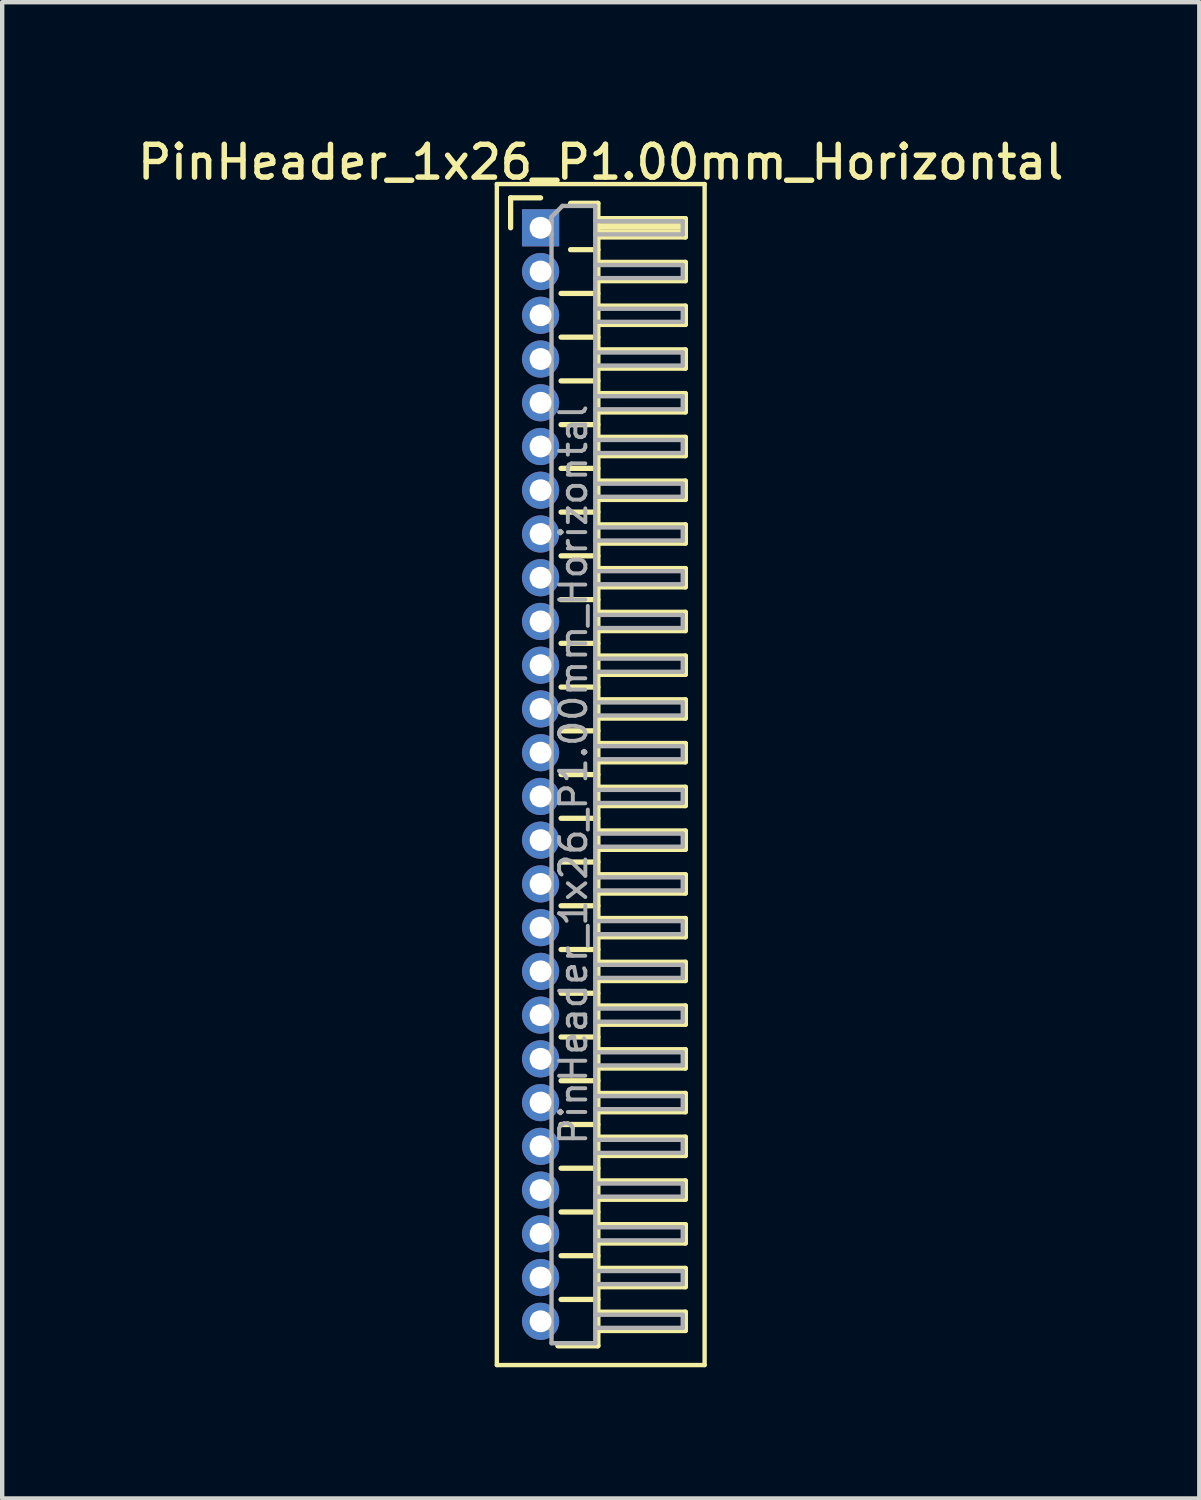
<source format=kicad_pcb>
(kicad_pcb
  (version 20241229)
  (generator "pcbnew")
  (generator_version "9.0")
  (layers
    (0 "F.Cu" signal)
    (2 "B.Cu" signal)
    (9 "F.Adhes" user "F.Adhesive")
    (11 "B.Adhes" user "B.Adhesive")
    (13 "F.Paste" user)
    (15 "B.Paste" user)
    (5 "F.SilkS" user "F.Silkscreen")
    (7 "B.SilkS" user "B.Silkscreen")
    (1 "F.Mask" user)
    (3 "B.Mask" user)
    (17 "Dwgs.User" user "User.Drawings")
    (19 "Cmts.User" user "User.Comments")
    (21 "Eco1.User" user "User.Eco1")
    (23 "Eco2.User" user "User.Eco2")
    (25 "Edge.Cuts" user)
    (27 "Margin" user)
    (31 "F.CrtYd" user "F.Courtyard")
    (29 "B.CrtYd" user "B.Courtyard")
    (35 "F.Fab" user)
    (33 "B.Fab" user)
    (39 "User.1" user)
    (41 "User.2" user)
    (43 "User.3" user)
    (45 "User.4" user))
  (footprint "PinHeader_1x26_P1.00mm_Horizontal"
    (layer "F.Cu")
    (at 9.309 2.158)
    (property "Reference" "PinHeader_1x26_P1.00mm_Horizontal" (at 1.375 -1.5 0) (layer "F.SilkS") (effects (font (size 0.75 0.75) (thickness 0.125))))
    (attr through_hole)
    (fp_line (start -1 -1) (end -1 26) (stroke (width 0.1) (type solid)) (layer "F.SilkS"))
    (fp_line (start -1 26) (end 3.75 26) (stroke (width 0.1) (type solid)) (layer "F.SilkS"))
    (fp_line (start -0.685 -0.685) (end 0 -0.685) (stroke (width 0.12) (type solid)) (layer "F.SilkS"))
    (fp_line (start -0.685 0) (end -0.685 -0.685) (stroke (width 0.12) (type solid)) (layer "F.SilkS"))
    (fp_line (start 0.468 1.5) (end 1.31 1.5) (stroke (width 0.12) (type solid)) (layer "F.SilkS"))
    (fp_line (start 0.468 2.5) (end 1.31 2.5) (stroke (width 0.12) (type solid)) (layer "F.SilkS"))
    (fp_line (start 0.468 3.5) (end 1.31 3.5) (stroke (width 0.12) (type solid)) (layer "F.SilkS"))
    (fp_line (start 0.468 4.5) (end 1.31 4.5) (stroke (width 0.12) (type solid)) (layer "F.SilkS"))
    (fp_line (start 0.468 5.5) (end 1.31 5.5) (stroke (width 0.12) (type solid)) (layer "F.SilkS"))
    (fp_line (start 0.468 6.5) (end 1.31 6.5) (stroke (width 0.12) (type solid)) (layer "F.SilkS"))
    (fp_line (start 0.468 7.5) (end 1.31 7.5) (stroke (width 0.12) (type solid)) (layer "F.SilkS"))
    (fp_line (start 0.468 8.5) (end 1.31 8.5) (stroke (width 0.12) (type solid)) (layer "F.SilkS"))
    (fp_line (start 0.468 9.5) (end 1.31 9.5) (stroke (width 0.12) (type solid)) (layer "F.SilkS"))
    (fp_line (start 0.468 10.5) (end 1.31 10.5) (stroke (width 0.12) (type solid)) (layer "F.SilkS"))
    (fp_line (start 0.468 11.5) (end 1.31 11.5) (stroke (width 0.12) (type solid)) (layer "F.SilkS"))
    (fp_line (start 0.468 12.5) (end 1.31 12.5) (stroke (width 0.12) (type solid)) (layer "F.SilkS"))
    (fp_line (start 0.468 13.5) (end 1.31 13.5) (stroke (width 0.12) (type solid)) (layer "F.SilkS"))
    (fp_line (start 0.468 14.5) (end 1.31 14.5) (stroke (width 0.12) (type solid)) (layer "F.SilkS"))
    (fp_line (start 0.468 15.5) (end 1.31 15.5) (stroke (width 0.12) (type solid)) (layer "F.SilkS"))
    (fp_line (start 0.468 16.5) (end 1.31 16.5) (stroke (width 0.12) (type solid)) (layer "F.SilkS"))
    (fp_line (start 0.468 17.5) (end 1.31 17.5) (stroke (width 0.12) (type solid)) (layer "F.SilkS"))
    (fp_line (start 0.468 18.5) (end 1.31 18.5) (stroke (width 0.12) (type solid)) (layer "F.SilkS"))
    (fp_line (start 0.468 19.5) (end 1.31 19.5) (stroke (width 0.12) (type solid)) (layer "F.SilkS"))
    (fp_line (start 0.468 20.5) (end 1.31 20.5) (stroke (width 0.12) (type solid)) (layer "F.SilkS"))
    (fp_line (start 0.468 21.5) (end 1.31 21.5) (stroke (width 0.12) (type solid)) (layer "F.SilkS"))
    (fp_line (start 0.468 22.5) (end 1.31 22.5) (stroke (width 0.12) (type solid)) (layer "F.SilkS"))
    (fp_line (start 0.468 23.5) (end 1.31 23.5) (stroke (width 0.12) (type solid)) (layer "F.SilkS"))
    (fp_line (start 0.468 24.5) (end 1.31 24.5) (stroke (width 0.12) (type solid)) (layer "F.SilkS"))
    (fp_line (start 0.685 -0.56) (end 1.31 -0.56) (stroke (width 0.12) (type solid)) (layer "F.SilkS"))
    (fp_line (start 0.685 0.5) (end 1.31 0.5) (stroke (width 0.12) (type solid)) (layer "F.SilkS"))
    (fp_line (start 1.31 -0.56) (end 1.31 25.56) (stroke (width 0.12) (type solid)) (layer "F.SilkS"))
    (fp_line (start 1.31 -0.21) (end 3.31 -0.21) (stroke (width 0.12) (type solid)) (layer "F.SilkS"))
    (fp_line (start 1.31 -0.15) (end 3.31 -0.15) (stroke (width 0.12) (type solid)) (layer "F.SilkS"))
    (fp_line (start 1.31 -0.03) (end 3.31 -0.03) (stroke (width 0.12) (type solid)) (layer "F.SilkS"))
    (fp_line (start 1.31 0.09) (end 3.31 0.09) (stroke (width 0.12) (type solid)) (layer "F.SilkS"))
    (fp_line (start 1.31 0.79) (end 3.31 0.79) (stroke (width 0.12) (type solid)) (layer "F.SilkS"))
    (fp_line (start 1.31 1.79) (end 3.31 1.79) (stroke (width 0.12) (type solid)) (layer "F.SilkS"))
    (fp_line (start 1.31 2.79) (end 3.31 2.79) (stroke (width 0.12) (type solid)) (layer "F.SilkS"))
    (fp_line (start 1.31 3.79) (end 3.31 3.79) (stroke (width 0.12) (type solid)) (layer "F.SilkS"))
    (fp_line (start 1.31 4.79) (end 3.31 4.79) (stroke (width 0.12) (type solid)) (layer "F.SilkS"))
    (fp_line (start 1.31 5.79) (end 3.31 5.79) (stroke (width 0.12) (type solid)) (layer "F.SilkS"))
    (fp_line (start 1.31 6.79) (end 3.31 6.79) (stroke (width 0.12) (type solid)) (layer "F.SilkS"))
    (fp_line (start 1.31 7.79) (end 3.31 7.79) (stroke (width 0.12) (type solid)) (layer "F.SilkS"))
    (fp_line (start 1.31 8.79) (end 3.31 8.79) (stroke (width 0.12) (type solid)) (layer "F.SilkS"))
    (fp_line (start 1.31 9.79) (end 3.31 9.79) (stroke (width 0.12) (type solid)) (layer "F.SilkS"))
    (fp_line (start 1.31 10.79) (end 3.31 10.79) (stroke (width 0.12) (type solid)) (layer "F.SilkS"))
    (fp_line (start 1.31 11.79) (end 3.31 11.79) (stroke (width 0.12) (type solid)) (layer "F.SilkS"))
    (fp_line (start 1.31 12.79) (end 3.31 12.79) (stroke (width 0.12) (type solid)) (layer "F.SilkS"))
    (fp_line (start 1.31 13.79) (end 3.31 13.79) (stroke (width 0.12) (type solid)) (layer "F.SilkS"))
    (fp_line (start 1.31 14.79) (end 3.31 14.79) (stroke (width 0.12) (type solid)) (layer "F.SilkS"))
    (fp_line (start 1.31 15.79) (end 3.31 15.79) (stroke (width 0.12) (type solid)) (layer "F.SilkS"))
    (fp_line (start 1.31 16.79) (end 3.31 16.79) (stroke (width 0.12) (type solid)) (layer "F.SilkS"))
    (fp_line (start 1.31 17.79) (end 3.31 17.79) (stroke (width 0.12) (type solid)) (layer "F.SilkS"))
    (fp_line (start 1.31 18.79) (end 3.31 18.79) (stroke (width 0.12) (type solid)) (layer "F.SilkS"))
    (fp_line (start 1.31 19.79) (end 3.31 19.79) (stroke (width 0.12) (type solid)) (layer "F.SilkS"))
    (fp_line (start 1.31 20.79) (end 3.31 20.79) (stroke (width 0.12) (type solid)) (layer "F.SilkS"))
    (fp_line (start 1.31 21.79) (end 3.31 21.79) (stroke (width 0.12) (type solid)) (layer "F.SilkS"))
    (fp_line (start 1.31 22.79) (end 3.31 22.79) (stroke (width 0.12) (type solid)) (layer "F.SilkS"))
    (fp_line (start 1.31 23.79) (end 3.31 23.79) (stroke (width 0.12) (type solid)) (layer "F.SilkS"))
    (fp_line (start 1.31 24.79) (end 3.31 24.79) (stroke (width 0.12) (type solid)) (layer "F.SilkS"))
    (fp_line (start 1.31 25.56) (end 0.394 25.56) (stroke (width 0.12) (type solid)) (layer "F.SilkS"))
    (fp_line (start 3.31 -0.21) (end 3.31 0.21) (stroke (width 0.12) (type solid)) (layer "F.SilkS"))
    (fp_line (start 3.31 0.21) (end 1.31 0.21) (stroke (width 0.12) (type solid)) (layer "F.SilkS"))
    (fp_line (start 3.31 0.79) (end 3.31 1.21) (stroke (width 0.12) (type solid)) (layer "F.SilkS"))
    (fp_line (start 3.31 1.21) (end 1.31 1.21) (stroke (width 0.12) (type solid)) (layer "F.SilkS"))
    (fp_line (start 3.31 1.79) (end 3.31 2.21) (stroke (width 0.12) (type solid)) (layer "F.SilkS"))
    (fp_line (start 3.31 2.21) (end 1.31 2.21) (stroke (width 0.12) (type solid)) (layer "F.SilkS"))
    (fp_line (start 3.31 2.79) (end 3.31 3.21) (stroke (width 0.12) (type solid)) (layer "F.SilkS"))
    (fp_line (start 3.31 3.21) (end 1.31 3.21) (stroke (width 0.12) (type solid)) (layer "F.SilkS"))
    (fp_line (start 3.31 3.79) (end 3.31 4.21) (stroke (width 0.12) (type solid)) (layer "F.SilkS"))
    (fp_line (start 3.31 4.21) (end 1.31 4.21) (stroke (width 0.12) (type solid)) (layer "F.SilkS"))
    (fp_line (start 3.31 4.79) (end 3.31 5.21) (stroke (width 0.12) (type solid)) (layer "F.SilkS"))
    (fp_line (start 3.31 5.21) (end 1.31 5.21) (stroke (width 0.12) (type solid)) (layer "F.SilkS"))
    (fp_line (start 3.31 5.79) (end 3.31 6.21) (stroke (width 0.12) (type solid)) (layer "F.SilkS"))
    (fp_line (start 3.31 6.21) (end 1.31 6.21) (stroke (width 0.12) (type solid)) (layer "F.SilkS"))
    (fp_line (start 3.31 6.79) (end 3.31 7.21) (stroke (width 0.12) (type solid)) (layer "F.SilkS"))
    (fp_line (start 3.31 7.21) (end 1.31 7.21) (stroke (width 0.12) (type solid)) (layer "F.SilkS"))
    (fp_line (start 3.31 7.79) (end 3.31 8.21) (stroke (width 0.12) (type solid)) (layer "F.SilkS"))
    (fp_line (start 3.31 8.21) (end 1.31 8.21) (stroke (width 0.12) (type solid)) (layer "F.SilkS"))
    (fp_line (start 3.31 8.79) (end 3.31 9.21) (stroke (width 0.12) (type solid)) (layer "F.SilkS"))
    (fp_line (start 3.31 9.21) (end 1.31 9.21) (stroke (width 0.12) (type solid)) (layer "F.SilkS"))
    (fp_line (start 3.31 9.79) (end 3.31 10.21) (stroke (width 0.12) (type solid)) (layer "F.SilkS"))
    (fp_line (start 3.31 10.21) (end 1.31 10.21) (stroke (width 0.12) (type solid)) (layer "F.SilkS"))
    (fp_line (start 3.31 10.79) (end 3.31 11.21) (stroke (width 0.12) (type solid)) (layer "F.SilkS"))
    (fp_line (start 3.31 11.21) (end 1.31 11.21) (stroke (width 0.12) (type solid)) (layer "F.SilkS"))
    (fp_line (start 3.31 11.79) (end 3.31 12.21) (stroke (width 0.12) (type solid)) (layer "F.SilkS"))
    (fp_line (start 3.31 12.21) (end 1.31 12.21) (stroke (width 0.12) (type solid)) (layer "F.SilkS"))
    (fp_line (start 3.31 12.79) (end 3.31 13.21) (stroke (width 0.12) (type solid)) (layer "F.SilkS"))
    (fp_line (start 3.31 13.21) (end 1.31 13.21) (stroke (width 0.12) (type solid)) (layer "F.SilkS"))
    (fp_line (start 3.31 13.79) (end 3.31 14.21) (stroke (width 0.12) (type solid)) (layer "F.SilkS"))
    (fp_line (start 3.31 14.21) (end 1.31 14.21) (stroke (width 0.12) (type solid)) (layer "F.SilkS"))
    (fp_line (start 3.31 14.79) (end 3.31 15.21) (stroke (width 0.12) (type solid)) (layer "F.SilkS"))
    (fp_line (start 3.31 15.21) (end 1.31 15.21) (stroke (width 0.12) (type solid)) (layer "F.SilkS"))
    (fp_line (start 3.31 15.79) (end 3.31 16.21) (stroke (width 0.12) (type solid)) (layer "F.SilkS"))
    (fp_line (start 3.31 16.21) (end 1.31 16.21) (stroke (width 0.12) (type solid)) (layer "F.SilkS"))
    (fp_line (start 3.31 16.79) (end 3.31 17.21) (stroke (width 0.12) (type solid)) (layer "F.SilkS"))
    (fp_line (start 3.31 17.21) (end 1.31 17.21) (stroke (width 0.12) (type solid)) (layer "F.SilkS"))
    (fp_line (start 3.31 17.79) (end 3.31 18.21) (stroke (width 0.12) (type solid)) (layer "F.SilkS"))
    (fp_line (start 3.31 18.21) (end 1.31 18.21) (stroke (width 0.12) (type solid)) (layer "F.SilkS"))
    (fp_line (start 3.31 18.79) (end 3.31 19.21) (stroke (width 0.12) (type solid)) (layer "F.SilkS"))
    (fp_line (start 3.31 19.21) (end 1.31 19.21) (stroke (width 0.12) (type solid)) (layer "F.SilkS"))
    (fp_line (start 3.31 19.79) (end 3.31 20.21) (stroke (width 0.12) (type solid)) (layer "F.SilkS"))
    (fp_line (start 3.31 20.21) (end 1.31 20.21) (stroke (width 0.12) (type solid)) (layer "F.SilkS"))
    (fp_line (start 3.31 20.79) (end 3.31 21.21) (stroke (width 0.12) (type solid)) (layer "F.SilkS"))
    (fp_line (start 3.31 21.21) (end 1.31 21.21) (stroke (width 0.12) (type solid)) (layer "F.SilkS"))
    (fp_line (start 3.31 21.79) (end 3.31 22.21) (stroke (width 0.12) (type solid)) (layer "F.SilkS"))
    (fp_line (start 3.31 22.21) (end 1.31 22.21) (stroke (width 0.12) (type solid)) (layer "F.SilkS"))
    (fp_line (start 3.31 22.79) (end 3.31 23.21) (stroke (width 0.12) (type solid)) (layer "F.SilkS"))
    (fp_line (start 3.31 23.21) (end 1.31 23.21) (stroke (width 0.12) (type solid)) (layer "F.SilkS"))
    (fp_line (start 3.31 23.79) (end 3.31 24.21) (stroke (width 0.12) (type solid)) (layer "F.SilkS"))
    (fp_line (start 3.31 24.21) (end 1.31 24.21) (stroke (width 0.12) (type solid)) (layer "F.SilkS"))
    (fp_line (start 3.31 24.79) (end 3.31 25.21) (stroke (width 0.12) (type solid)) (layer "F.SilkS"))
    (fp_line (start 3.31 25.21) (end 1.31 25.21) (stroke (width 0.12) (type solid)) (layer "F.SilkS"))
    (fp_line (start 3.75 -1) (end -1 -1) (stroke (width 0.1) (type solid)) (layer "F.SilkS"))
    (fp_line (start 3.75 26) (end 3.75 -1) (stroke (width 0.1) (type solid)) (layer "F.SilkS"))
    (fp_line (start -0.15 -0.15) (end -0.15 0.15) (stroke (width 0.1) (type solid)) (layer "F.Fab"))
    (fp_line (start -0.15 -0.15) (end 0.25 -0.15) (stroke (width 0.1) (type solid)) (layer "F.Fab"))
    (fp_line (start -0.15 0.15) (end 0.25 0.15) (stroke (width 0.1) (type solid)) (layer "F.Fab"))
    (fp_line (start -0.15 0.85) (end -0.15 1.15) (stroke (width 0.1) (type solid)) (layer "F.Fab"))
    (fp_line (start -0.15 0.85) (end 0.25 0.85) (stroke (width 0.1) (type solid)) (layer "F.Fab"))
    (fp_line (start -0.15 1.15) (end 0.25 1.15) (stroke (width 0.1) (type solid)) (layer "F.Fab"))
    (fp_line (start -0.15 1.85) (end -0.15 2.15) (stroke (width 0.1) (type solid)) (layer "F.Fab"))
    (fp_line (start -0.15 1.85) (end 0.25 1.85) (stroke (width 0.1) (type solid)) (layer "F.Fab"))
    (fp_line (start -0.15 2.15) (end 0.25 2.15) (stroke (width 0.1) (type solid)) (layer "F.Fab"))
    (fp_line (start -0.15 2.85) (end -0.15 3.15) (stroke (width 0.1) (type solid)) (layer "F.Fab"))
    (fp_line (start -0.15 2.85) (end 0.25 2.85) (stroke (width 0.1) (type solid)) (layer "F.Fab"))
    (fp_line (start -0.15 3.15) (end 0.25 3.15) (stroke (width 0.1) (type solid)) (layer "F.Fab"))
    (fp_line (start -0.15 3.85) (end -0.15 4.15) (stroke (width 0.1) (type solid)) (layer "F.Fab"))
    (fp_line (start -0.15 3.85) (end 0.25 3.85) (stroke (width 0.1) (type solid)) (layer "F.Fab"))
    (fp_line (start -0.15 4.15) (end 0.25 4.15) (stroke (width 0.1) (type solid)) (layer "F.Fab"))
    (fp_line (start -0.15 4.85) (end -0.15 5.15) (stroke (width 0.1) (type solid)) (layer "F.Fab"))
    (fp_line (start -0.15 4.85) (end 0.25 4.85) (stroke (width 0.1) (type solid)) (layer "F.Fab"))
    (fp_line (start -0.15 5.15) (end 0.25 5.15) (stroke (width 0.1) (type solid)) (layer "F.Fab"))
    (fp_line (start -0.15 5.85) (end -0.15 6.15) (stroke (width 0.1) (type solid)) (layer "F.Fab"))
    (fp_line (start -0.15 5.85) (end 0.25 5.85) (stroke (width 0.1) (type solid)) (layer "F.Fab"))
    (fp_line (start -0.15 6.15) (end 0.25 6.15) (stroke (width 0.1) (type solid)) (layer "F.Fab"))
    (fp_line (start -0.15 6.85) (end -0.15 7.15) (stroke (width 0.1) (type solid)) (layer "F.Fab"))
    (fp_line (start -0.15 6.85) (end 0.25 6.85) (stroke (width 0.1) (type solid)) (layer "F.Fab"))
    (fp_line (start -0.15 7.15) (end 0.25 7.15) (stroke (width 0.1) (type solid)) (layer "F.Fab"))
    (fp_line (start -0.15 7.85) (end -0.15 8.15) (stroke (width 0.1) (type solid)) (layer "F.Fab"))
    (fp_line (start -0.15 7.85) (end 0.25 7.85) (stroke (width 0.1) (type solid)) (layer "F.Fab"))
    (fp_line (start -0.15 8.15) (end 0.25 8.15) (stroke (width 0.1) (type solid)) (layer "F.Fab"))
    (fp_line (start -0.15 8.85) (end -0.15 9.15) (stroke (width 0.1) (type solid)) (layer "F.Fab"))
    (fp_line (start -0.15 8.85) (end 0.25 8.85) (stroke (width 0.1) (type solid)) (layer "F.Fab"))
    (fp_line (start -0.15 9.15) (end 0.25 9.15) (stroke (width 0.1) (type solid)) (layer "F.Fab"))
    (fp_line (start -0.15 9.85) (end -0.15 10.15) (stroke (width 0.1) (type solid)) (layer "F.Fab"))
    (fp_line (start -0.15 9.85) (end 0.25 9.85) (stroke (width 0.1) (type solid)) (layer "F.Fab"))
    (fp_line (start -0.15 10.15) (end 0.25 10.15) (stroke (width 0.1) (type solid)) (layer "F.Fab"))
    (fp_line (start -0.15 10.85) (end -0.15 11.15) (stroke (width 0.1) (type solid)) (layer "F.Fab"))
    (fp_line (start -0.15 10.85) (end 0.25 10.85) (stroke (width 0.1) (type solid)) (layer "F.Fab"))
    (fp_line (start -0.15 11.15) (end 0.25 11.15) (stroke (width 0.1) (type solid)) (layer "F.Fab"))
    (fp_line (start -0.15 11.85) (end -0.15 12.15) (stroke (width 0.1) (type solid)) (layer "F.Fab"))
    (fp_line (start -0.15 11.85) (end 0.25 11.85) (stroke (width 0.1) (type solid)) (layer "F.Fab"))
    (fp_line (start -0.15 12.15) (end 0.25 12.15) (stroke (width 0.1) (type solid)) (layer "F.Fab"))
    (fp_line (start -0.15 12.85) (end -0.15 13.15) (stroke (width 0.1) (type solid)) (layer "F.Fab"))
    (fp_line (start -0.15 12.85) (end 0.25 12.85) (stroke (width 0.1) (type solid)) (layer "F.Fab"))
    (fp_line (start -0.15 13.15) (end 0.25 13.15) (stroke (width 0.1) (type solid)) (layer "F.Fab"))
    (fp_line (start -0.15 13.85) (end -0.15 14.15) (stroke (width 0.1) (type solid)) (layer "F.Fab"))
    (fp_line (start -0.15 13.85) (end 0.25 13.85) (stroke (width 0.1) (type solid)) (layer "F.Fab"))
    (fp_line (start -0.15 14.15) (end 0.25 14.15) (stroke (width 0.1) (type solid)) (layer "F.Fab"))
    (fp_line (start -0.15 14.85) (end -0.15 15.15) (stroke (width 0.1) (type solid)) (layer "F.Fab"))
    (fp_line (start -0.15 14.85) (end 0.25 14.85) (stroke (width 0.1) (type solid)) (layer "F.Fab"))
    (fp_line (start -0.15 15.15) (end 0.25 15.15) (stroke (width 0.1) (type solid)) (layer "F.Fab"))
    (fp_line (start -0.15 15.85) (end -0.15 16.15) (stroke (width 0.1) (type solid)) (layer "F.Fab"))
    (fp_line (start -0.15 15.85) (end 0.25 15.85) (stroke (width 0.1) (type solid)) (layer "F.Fab"))
    (fp_line (start -0.15 16.15) (end 0.25 16.15) (stroke (width 0.1) (type solid)) (layer "F.Fab"))
    (fp_line (start -0.15 16.85) (end -0.15 17.15) (stroke (width 0.1) (type solid)) (layer "F.Fab"))
    (fp_line (start -0.15 16.85) (end 0.25 16.85) (stroke (width 0.1) (type solid)) (layer "F.Fab"))
    (fp_line (start -0.15 17.15) (end 0.25 17.15) (stroke (width 0.1) (type solid)) (layer "F.Fab"))
    (fp_line (start -0.15 17.85) (end -0.15 18.15) (stroke (width 0.1) (type solid)) (layer "F.Fab"))
    (fp_line (start -0.15 17.85) (end 0.25 17.85) (stroke (width 0.1) (type solid)) (layer "F.Fab"))
    (fp_line (start -0.15 18.15) (end 0.25 18.15) (stroke (width 0.1) (type solid)) (layer "F.Fab"))
    (fp_line (start -0.15 18.85) (end -0.15 19.15) (stroke (width 0.1) (type solid)) (layer "F.Fab"))
    (fp_line (start -0.15 18.85) (end 0.25 18.85) (stroke (width 0.1) (type solid)) (layer "F.Fab"))
    (fp_line (start -0.15 19.15) (end 0.25 19.15) (stroke (width 0.1) (type solid)) (layer "F.Fab"))
    (fp_line (start -0.15 19.85) (end -0.15 20.15) (stroke (width 0.1) (type solid)) (layer "F.Fab"))
    (fp_line (start -0.15 19.85) (end 0.25 19.85) (stroke (width 0.1) (type solid)) (layer "F.Fab"))
    (fp_line (start -0.15 20.15) (end 0.25 20.15) (stroke (width 0.1) (type solid)) (layer "F.Fab"))
    (fp_line (start -0.15 20.85) (end -0.15 21.15) (stroke (width 0.1) (type solid)) (layer "F.Fab"))
    (fp_line (start -0.15 20.85) (end 0.25 20.85) (stroke (width 0.1) (type solid)) (layer "F.Fab"))
    (fp_line (start -0.15 21.15) (end 0.25 21.15) (stroke (width 0.1) (type solid)) (layer "F.Fab"))
    (fp_line (start -0.15 21.85) (end -0.15 22.15) (stroke (width 0.1) (type solid)) (layer "F.Fab"))
    (fp_line (start -0.15 21.85) (end 0.25 21.85) (stroke (width 0.1) (type solid)) (layer "F.Fab"))
    (fp_line (start -0.15 22.15) (end 0.25 22.15) (stroke (width 0.1) (type solid)) (layer "F.Fab"))
    (fp_line (start -0.15 22.85) (end -0.15 23.15) (stroke (width 0.1) (type solid)) (layer "F.Fab"))
    (fp_line (start -0.15 22.85) (end 0.25 22.85) (stroke (width 0.1) (type solid)) (layer "F.Fab"))
    (fp_line (start -0.15 23.15) (end 0.25 23.15) (stroke (width 0.1) (type solid)) (layer "F.Fab"))
    (fp_line (start -0.15 23.85) (end -0.15 24.15) (stroke (width 0.1) (type solid)) (layer "F.Fab"))
    (fp_line (start -0.15 23.85) (end 0.25 23.85) (stroke (width 0.1) (type solid)) (layer "F.Fab"))
    (fp_line (start -0.15 24.15) (end 0.25 24.15) (stroke (width 0.1) (type solid)) (layer "F.Fab"))
    (fp_line (start -0.15 24.85) (end -0.15 25.15) (stroke (width 0.1) (type solid)) (layer "F.Fab"))
    (fp_line (start -0.15 24.85) (end 0.25 24.85) (stroke (width 0.1) (type solid)) (layer "F.Fab"))
    (fp_line (start -0.15 25.15) (end 0.25 25.15) (stroke (width 0.1) (type solid)) (layer "F.Fab"))
    (fp_line (start 0.25 -0.25) (end 0.5 -0.5) (stroke (width 0.1) (type solid)) (layer "F.Fab"))
    (fp_line (start 0.25 25.5) (end 0.25 -0.25) (stroke (width 0.1) (type solid)) (layer "F.Fab"))
    (fp_line (start 0.5 -0.5) (end 1.25 -0.5) (stroke (width 0.1) (type solid)) (layer "F.Fab"))
    (fp_line (start 1.25 -0.5) (end 1.25 25.5) (stroke (width 0.1) (type solid)) (layer "F.Fab"))
    (fp_line (start 1.25 -0.15) (end 3.25 -0.15) (stroke (width 0.1) (type solid)) (layer "F.Fab"))
    (fp_line (start 1.25 0.15) (end 3.25 0.15) (stroke (width 0.1) (type solid)) (layer "F.Fab"))
    (fp_line (start 1.25 0.85) (end 3.25 0.85) (stroke (width 0.1) (type solid)) (layer "F.Fab"))
    (fp_line (start 1.25 1.15) (end 3.25 1.15) (stroke (width 0.1) (type solid)) (layer "F.Fab"))
    (fp_line (start 1.25 1.85) (end 3.25 1.85) (stroke (width 0.1) (type solid)) (layer "F.Fab"))
    (fp_line (start 1.25 2.15) (end 3.25 2.15) (stroke (width 0.1) (type solid)) (layer "F.Fab"))
    (fp_line (start 1.25 2.85) (end 3.25 2.85) (stroke (width 0.1) (type solid)) (layer "F.Fab"))
    (fp_line (start 1.25 3.15) (end 3.25 3.15) (stroke (width 0.1) (type solid)) (layer "F.Fab"))
    (fp_line (start 1.25 3.85) (end 3.25 3.85) (stroke (width 0.1) (type solid)) (layer "F.Fab"))
    (fp_line (start 1.25 4.15) (end 3.25 4.15) (stroke (width 0.1) (type solid)) (layer "F.Fab"))
    (fp_line (start 1.25 4.85) (end 3.25 4.85) (stroke (width 0.1) (type solid)) (layer "F.Fab"))
    (fp_line (start 1.25 5.15) (end 3.25 5.15) (stroke (width 0.1) (type solid)) (layer "F.Fab"))
    (fp_line (start 1.25 5.85) (end 3.25 5.85) (stroke (width 0.1) (type solid)) (layer "F.Fab"))
    (fp_line (start 1.25 6.15) (end 3.25 6.15) (stroke (width 0.1) (type solid)) (layer "F.Fab"))
    (fp_line (start 1.25 6.85) (end 3.25 6.85) (stroke (width 0.1) (type solid)) (layer "F.Fab"))
    (fp_line (start 1.25 7.15) (end 3.25 7.15) (stroke (width 0.1) (type solid)) (layer "F.Fab"))
    (fp_line (start 1.25 7.85) (end 3.25 7.85) (stroke (width 0.1) (type solid)) (layer "F.Fab"))
    (fp_line (start 1.25 8.15) (end 3.25 8.15) (stroke (width 0.1) (type solid)) (layer "F.Fab"))
    (fp_line (start 1.25 8.85) (end 3.25 8.85) (stroke (width 0.1) (type solid)) (layer "F.Fab"))
    (fp_line (start 1.25 9.15) (end 3.25 9.15) (stroke (width 0.1) (type solid)) (layer "F.Fab"))
    (fp_line (start 1.25 9.85) (end 3.25 9.85) (stroke (width 0.1) (type solid)) (layer "F.Fab"))
    (fp_line (start 1.25 10.15) (end 3.25 10.15) (stroke (width 0.1) (type solid)) (layer "F.Fab"))
    (fp_line (start 1.25 10.85) (end 3.25 10.85) (stroke (width 0.1) (type solid)) (layer "F.Fab"))
    (fp_line (start 1.25 11.15) (end 3.25 11.15) (stroke (width 0.1) (type solid)) (layer "F.Fab"))
    (fp_line (start 1.25 11.85) (end 3.25 11.85) (stroke (width 0.1) (type solid)) (layer "F.Fab"))
    (fp_line (start 1.25 12.15) (end 3.25 12.15) (stroke (width 0.1) (type solid)) (layer "F.Fab"))
    (fp_line (start 1.25 12.85) (end 3.25 12.85) (stroke (width 0.1) (type solid)) (layer "F.Fab"))
    (fp_line (start 1.25 13.15) (end 3.25 13.15) (stroke (width 0.1) (type solid)) (layer "F.Fab"))
    (fp_line (start 1.25 13.85) (end 3.25 13.85) (stroke (width 0.1) (type solid)) (layer "F.Fab"))
    (fp_line (start 1.25 14.15) (end 3.25 14.15) (stroke (width 0.1) (type solid)) (layer "F.Fab"))
    (fp_line (start 1.25 14.85) (end 3.25 14.85) (stroke (width 0.1) (type solid)) (layer "F.Fab"))
    (fp_line (start 1.25 15.15) (end 3.25 15.15) (stroke (width 0.1) (type solid)) (layer "F.Fab"))
    (fp_line (start 1.25 15.85) (end 3.25 15.85) (stroke (width 0.1) (type solid)) (layer "F.Fab"))
    (fp_line (start 1.25 16.15) (end 3.25 16.15) (stroke (width 0.1) (type solid)) (layer "F.Fab"))
    (fp_line (start 1.25 16.85) (end 3.25 16.85) (stroke (width 0.1) (type solid)) (layer "F.Fab"))
    (fp_line (start 1.25 17.15) (end 3.25 17.15) (stroke (width 0.1) (type solid)) (layer "F.Fab"))
    (fp_line (start 1.25 17.85) (end 3.25 17.85) (stroke (width 0.1) (type solid)) (layer "F.Fab"))
    (fp_line (start 1.25 18.15) (end 3.25 18.15) (stroke (width 0.1) (type solid)) (layer "F.Fab"))
    (fp_line (start 1.25 18.85) (end 3.25 18.85) (stroke (width 0.1) (type solid)) (layer "F.Fab"))
    (fp_line (start 1.25 19.15) (end 3.25 19.15) (stroke (width 0.1) (type solid)) (layer "F.Fab"))
    (fp_line (start 1.25 19.85) (end 3.25 19.85) (stroke (width 0.1) (type solid)) (layer "F.Fab"))
    (fp_line (start 1.25 20.15) (end 3.25 20.15) (stroke (width 0.1) (type solid)) (layer "F.Fab"))
    (fp_line (start 1.25 20.85) (end 3.25 20.85) (stroke (width 0.1) (type solid)) (layer "F.Fab"))
    (fp_line (start 1.25 21.15) (end 3.25 21.15) (stroke (width 0.1) (type solid)) (layer "F.Fab"))
    (fp_line (start 1.25 21.85) (end 3.25 21.85) (stroke (width 0.1) (type solid)) (layer "F.Fab"))
    (fp_line (start 1.25 22.15) (end 3.25 22.15) (stroke (width 0.1) (type solid)) (layer "F.Fab"))
    (fp_line (start 1.25 22.85) (end 3.25 22.85) (stroke (width 0.1) (type solid)) (layer "F.Fab"))
    (fp_line (start 1.25 23.15) (end 3.25 23.15) (stroke (width 0.1) (type solid)) (layer "F.Fab"))
    (fp_line (start 1.25 23.85) (end 3.25 23.85) (stroke (width 0.1) (type solid)) (layer "F.Fab"))
    (fp_line (start 1.25 24.15) (end 3.25 24.15) (stroke (width 0.1) (type solid)) (layer "F.Fab"))
    (fp_line (start 1.25 24.85) (end 3.25 24.85) (stroke (width 0.1) (type solid)) (layer "F.Fab"))
    (fp_line (start 1.25 25.15) (end 3.25 25.15) (stroke (width 0.1) (type solid)) (layer "F.Fab"))
    (fp_line (start 1.25 25.5) (end 0.25 25.5) (stroke (width 0.1) (type solid)) (layer "F.Fab"))
    (fp_line (start 3.25 -0.15) (end 3.25 0.15) (stroke (width 0.1) (type solid)) (layer "F.Fab"))
    (fp_line (start 3.25 0.85) (end 3.25 1.15) (stroke (width 0.1) (type solid)) (layer "F.Fab"))
    (fp_line (start 3.25 1.85) (end 3.25 2.15) (stroke (width 0.1) (type solid)) (layer "F.Fab"))
    (fp_line (start 3.25 2.85) (end 3.25 3.15) (stroke (width 0.1) (type solid)) (layer "F.Fab"))
    (fp_line (start 3.25 3.85) (end 3.25 4.15) (stroke (width 0.1) (type solid)) (layer "F.Fab"))
    (fp_line (start 3.25 4.85) (end 3.25 5.15) (stroke (width 0.1) (type solid)) (layer "F.Fab"))
    (fp_line (start 3.25 5.85) (end 3.25 6.15) (stroke (width 0.1) (type solid)) (layer "F.Fab"))
    (fp_line (start 3.25 6.85) (end 3.25 7.15) (stroke (width 0.1) (type solid)) (layer "F.Fab"))
    (fp_line (start 3.25 7.85) (end 3.25 8.15) (stroke (width 0.1) (type solid)) (layer "F.Fab"))
    (fp_line (start 3.25 8.85) (end 3.25 9.15) (stroke (width 0.1) (type solid)) (layer "F.Fab"))
    (fp_line (start 3.25 9.85) (end 3.25 10.15) (stroke (width 0.1) (type solid)) (layer "F.Fab"))
    (fp_line (start 3.25 10.85) (end 3.25 11.15) (stroke (width 0.1) (type solid)) (layer "F.Fab"))
    (fp_line (start 3.25 11.85) (end 3.25 12.15) (stroke (width 0.1) (type solid)) (layer "F.Fab"))
    (fp_line (start 3.25 12.85) (end 3.25 13.15) (stroke (width 0.1) (type solid)) (layer "F.Fab"))
    (fp_line (start 3.25 13.85) (end 3.25 14.15) (stroke (width 0.1) (type solid)) (layer "F.Fab"))
    (fp_line (start 3.25 14.85) (end 3.25 15.15) (stroke (width 0.1) (type solid)) (layer "F.Fab"))
    (fp_line (start 3.25 15.85) (end 3.25 16.15) (stroke (width 0.1) (type solid)) (layer "F.Fab"))
    (fp_line (start 3.25 16.85) (end 3.25 17.15) (stroke (width 0.1) (type solid)) (layer "F.Fab"))
    (fp_line (start 3.25 17.85) (end 3.25 18.15) (stroke (width 0.1) (type solid)) (layer "F.Fab"))
    (fp_line (start 3.25 18.85) (end 3.25 19.15) (stroke (width 0.1) (type solid)) (layer "F.Fab"))
    (fp_line (start 3.25 19.85) (end 3.25 20.15) (stroke (width 0.1) (type solid)) (layer "F.Fab"))
    (fp_line (start 3.25 20.85) (end 3.25 21.15) (stroke (width 0.1) (type solid)) (layer "F.Fab"))
    (fp_line (start 3.25 21.85) (end 3.25 22.15) (stroke (width 0.1) (type solid)) (layer "F.Fab"))
    (fp_line (start 3.25 22.85) (end 3.25 23.15) (stroke (width 0.1) (type solid)) (layer "F.Fab"))
    (fp_line (start 3.25 23.85) (end 3.25 24.15) (stroke (width 0.1) (type solid)) (layer "F.Fab"))
    (fp_line (start 3.25 24.85) (end 3.25 25.15) (stroke (width 0.1) (type solid)) (layer "F.Fab"))
    (fp_text user "${REFERENCE}" (at 0.75 12.5 90) (layer "F.Fab") (effects (font (size 0.6 0.6) (thickness 0.09))))
    (pad "1" thru_hole rect (at 0 0) (size 0.85 0.85) (drill 0.5) (layers "*.Cu" "*.Mask"))
    (pad "2" thru_hole oval (at 0 1) (size 0.85 0.85) (drill 0.5) (layers "*.Cu" "*.Mask"))
    (pad "3" thru_hole oval (at 0 2) (size 0.85 0.85) (drill 0.5) (layers "*.Cu" "*.Mask"))
    (pad "4" thru_hole oval (at 0 3) (size 0.85 0.85) (drill 0.5) (layers "*.Cu" "*.Mask"))
    (pad "5" thru_hole oval (at 0 4) (size 0.85 0.85) (drill 0.5) (layers "*.Cu" "*.Mask"))
    (pad "6" thru_hole oval (at 0 5) (size 0.85 0.85) (drill 0.5) (layers "*.Cu" "*.Mask"))
    (pad "7" thru_hole oval (at 0 6) (size 0.85 0.85) (drill 0.5) (layers "*.Cu" "*.Mask"))
    (pad "8" thru_hole oval (at 0 7) (size 0.85 0.85) (drill 0.5) (layers "*.Cu" "*.Mask"))
    (pad "9" thru_hole oval (at 0 8) (size 0.85 0.85) (drill 0.5) (layers "*.Cu" "*.Mask"))
    (pad "10" thru_hole oval (at 0 9) (size 0.85 0.85) (drill 0.5) (layers "*.Cu" "*.Mask"))
    (pad "11" thru_hole oval (at 0 10) (size 0.85 0.85) (drill 0.5) (layers "*.Cu" "*.Mask"))
    (pad "12" thru_hole oval (at 0 11) (size 0.85 0.85) (drill 0.5) (layers "*.Cu" "*.Mask"))
    (pad "13" thru_hole oval (at 0 12) (size 0.85 0.85) (drill 0.5) (layers "*.Cu" "*.Mask"))
    (pad "14" thru_hole oval (at 0 13) (size 0.85 0.85) (drill 0.5) (layers "*.Cu" "*.Mask"))
    (pad "15" thru_hole oval (at 0 14) (size 0.85 0.85) (drill 0.5) (layers "*.Cu" "*.Mask"))
    (pad "16" thru_hole oval (at 0 15) (size 0.85 0.85) (drill 0.5) (layers "*.Cu" "*.Mask"))
    (pad "17" thru_hole oval (at 0 16) (size 0.85 0.85) (drill 0.5) (layers "*.Cu" "*.Mask"))
    (pad "18" thru_hole oval (at 0 17) (size 0.85 0.85) (drill 0.5) (layers "*.Cu" "*.Mask"))
    (pad "19" thru_hole oval (at 0 18) (size 0.85 0.85) (drill 0.5) (layers "*.Cu" "*.Mask"))
    (pad "20" thru_hole oval (at 0 19) (size 0.85 0.85) (drill 0.5) (layers "*.Cu" "*.Mask"))
    (pad "21" thru_hole oval (at 0 20) (size 0.85 0.85) (drill 0.5) (layers "*.Cu" "*.Mask"))
    (pad "22" thru_hole oval (at 0 21) (size 0.85 0.85) (drill 0.5) (layers "*.Cu" "*.Mask"))
    (pad "23" thru_hole oval (at 0 22) (size 0.85 0.85) (drill 0.5) (layers "*.Cu" "*.Mask"))
    (pad "24" thru_hole oval (at 0 23) (size 0.85 0.85) (drill 0.5) (layers "*.Cu" "*.Mask"))
    (pad "25" thru_hole oval (at 0 24) (size 0.85 0.85) (drill 0.5) (layers "*.Cu" "*.Mask"))
    (pad "26" thru_hole oval (at 0 25) (size 0.85 0.85) (drill 0.5) (layers "*.Cu" "*.Mask")))
  (gr_rect
    (start -3 -3)
    (end 24.368 31.208)
    (stroke (width 0.1) (type default))
    (fill no)
    (layer "Edge.Cuts")))
</source>
